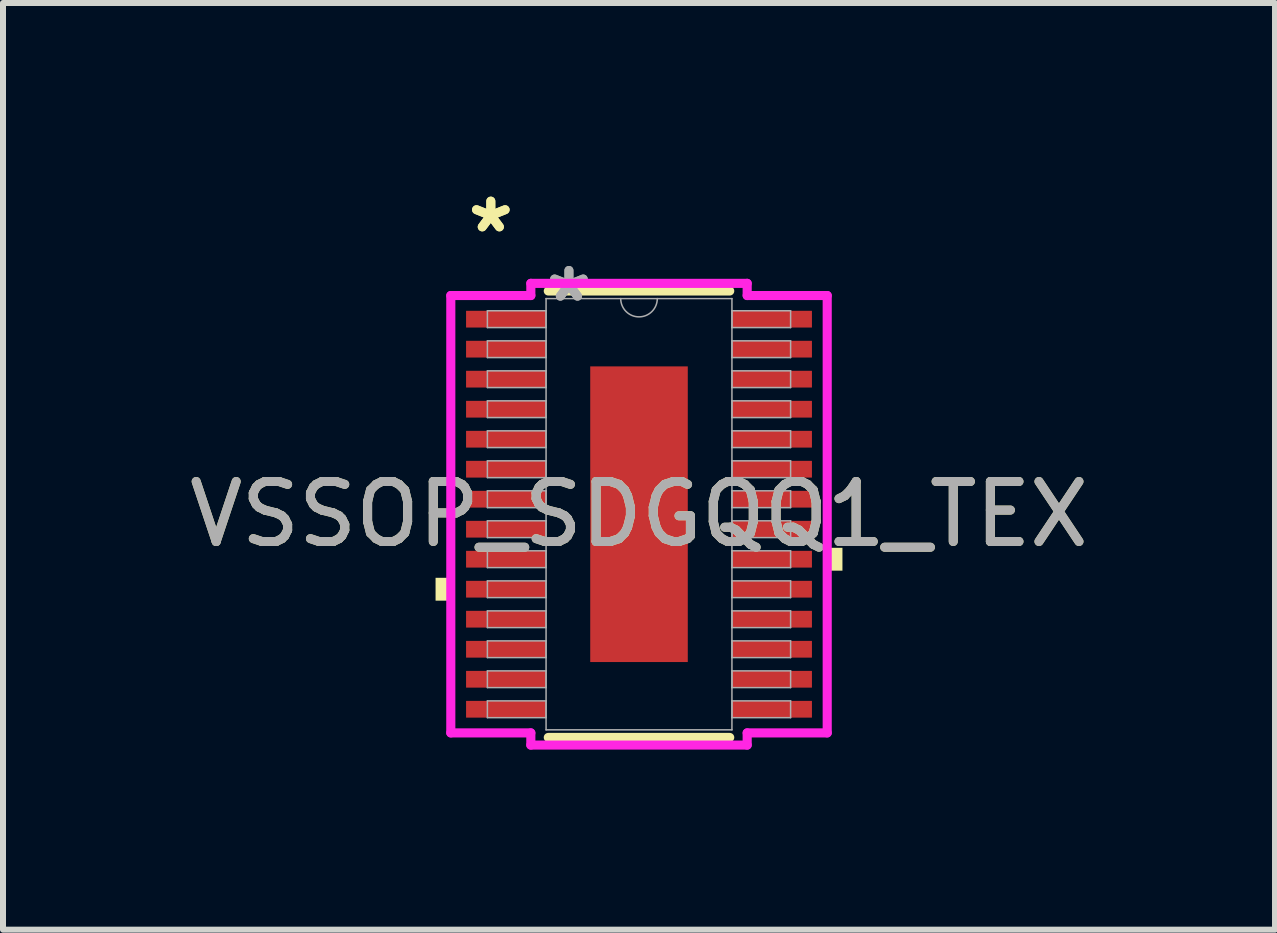
<source format=kicad_pcb>
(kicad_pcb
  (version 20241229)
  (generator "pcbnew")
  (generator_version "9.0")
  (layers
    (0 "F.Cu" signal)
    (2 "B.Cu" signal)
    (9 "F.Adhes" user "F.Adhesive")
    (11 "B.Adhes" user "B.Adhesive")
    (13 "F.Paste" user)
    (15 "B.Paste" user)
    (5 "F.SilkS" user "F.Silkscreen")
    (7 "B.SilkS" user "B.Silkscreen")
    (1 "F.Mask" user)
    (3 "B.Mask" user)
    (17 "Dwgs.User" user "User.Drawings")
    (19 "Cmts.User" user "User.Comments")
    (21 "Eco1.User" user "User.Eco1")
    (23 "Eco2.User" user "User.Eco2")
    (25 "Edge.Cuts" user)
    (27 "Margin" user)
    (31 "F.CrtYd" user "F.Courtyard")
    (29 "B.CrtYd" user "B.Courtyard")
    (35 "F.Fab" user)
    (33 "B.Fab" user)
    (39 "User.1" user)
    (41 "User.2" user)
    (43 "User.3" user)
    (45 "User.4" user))
  (footprint "VSSOP_SDGQQ1_TEX"
    (layer "F.Cu")
    (at 7.601 5.521)
    (property "Reference" "VSSOP_SDGQQ1_TEX" (at 0 0 0) (unlocked yes) (layer "F.SilkS") (effects (font (size 1 1) (thickness 0.15))))
    (attr smd)
    (fp_line (start -1.512 3.721) (end 1.512 3.721) (stroke (width 0.152) (type solid)) (layer "F.SilkS"))
    (fp_line (start 1.512 -3.721) (end -1.512 -3.721) (stroke (width 0.152) (type solid)) (layer "F.SilkS"))
    (fp_poly (pts (xy -3.391 1.06) (xy -3.391 1.441) (xy -3.137 1.441) (xy -3.137 1.06)) (stroke (width 0) (type solid)) (fill yes) (layer "F.SilkS"))
    (fp_poly (pts (xy 3.391 0.56) (xy 3.391 0.941) (xy 3.137 0.941) (xy 3.137 0.56)) (stroke (width 0) (type solid)) (fill yes) (layer "F.SilkS"))
    (fp_poly (pts (xy -0.713 -2.364) (xy -0.713 -0.921) (xy 0.713 -0.921) (xy 0.713 -2.364)) (stroke (width 0) (type solid)) (fill yes) (layer "F.Paste"))
    (fp_poly (pts (xy -0.713 -0.721) (xy -0.713 0.721) (xy 0.713 0.721) (xy 0.713 -0.721)) (stroke (width 0) (type solid)) (fill yes) (layer "F.Paste"))
    (fp_poly (pts (xy -0.713 0.921) (xy -0.713 2.364) (xy 0.713 2.364) (xy 0.713 0.921)) (stroke (width 0) (type solid)) (fill yes) (layer "F.Paste"))
    (fp_line (start -3.137 -3.645) (end -1.803 -3.645) (stroke (width 0.152) (type solid)) (layer "F.CrtYd"))
    (fp_line (start -3.137 3.645) (end -3.137 -3.645) (stroke (width 0.152) (type solid)) (layer "F.CrtYd"))
    (fp_line (start -3.137 3.645) (end -1.803 3.645) (stroke (width 0.152) (type solid)) (layer "F.CrtYd"))
    (fp_line (start -1.803 -3.848) (end 1.803 -3.848) (stroke (width 0.152) (type solid)) (layer "F.CrtYd"))
    (fp_line (start -1.803 -3.645) (end -1.803 -3.848) (stroke (width 0.152) (type solid)) (layer "F.CrtYd"))
    (fp_line (start -1.803 3.848) (end -1.803 3.645) (stroke (width 0.152) (type solid)) (layer "F.CrtYd"))
    (fp_line (start 1.803 -3.848) (end 1.803 -3.645) (stroke (width 0.152) (type solid)) (layer "F.CrtYd"))
    (fp_line (start 1.803 3.645) (end 1.803 3.848) (stroke (width 0.152) (type solid)) (layer "F.CrtYd"))
    (fp_line (start 1.803 3.848) (end -1.803 3.848) (stroke (width 0.152) (type solid)) (layer "F.CrtYd"))
    (fp_line (start 3.137 -3.645) (end 1.803 -3.645) (stroke (width 0.152) (type solid)) (layer "F.CrtYd"))
    (fp_line (start 3.137 -3.645) (end 3.137 3.645) (stroke (width 0.152) (type solid)) (layer "F.CrtYd"))
    (fp_line (start 3.137 3.645) (end 1.803 3.645) (stroke (width 0.152) (type solid)) (layer "F.CrtYd"))
    (fp_line (start -2.527 -3.391) (end -2.527 -3.111) (stroke (width 0.025) (type solid)) (layer "F.Fab"))
    (fp_line (start -2.527 -3.111) (end -1.549 -3.111) (stroke (width 0.025) (type solid)) (layer "F.Fab"))
    (fp_line (start -2.527 -2.89) (end -2.527 -2.611) (stroke (width 0.025) (type solid)) (layer "F.Fab"))
    (fp_line (start -2.527 -2.611) (end -1.549 -2.611) (stroke (width 0.025) (type solid)) (layer "F.Fab"))
    (fp_line (start -2.527 -2.39) (end -2.527 -2.111) (stroke (width 0.025) (type solid)) (layer "F.Fab"))
    (fp_line (start -2.527 -2.111) (end -1.549 -2.111) (stroke (width 0.025) (type solid)) (layer "F.Fab"))
    (fp_line (start -2.527 -1.89) (end -2.527 -1.611) (stroke (width 0.025) (type solid)) (layer "F.Fab"))
    (fp_line (start -2.527 -1.611) (end -1.549 -1.611) (stroke (width 0.025) (type solid)) (layer "F.Fab"))
    (fp_line (start -2.527 -1.39) (end -2.527 -1.111) (stroke (width 0.025) (type solid)) (layer "F.Fab"))
    (fp_line (start -2.527 -1.111) (end -1.549 -1.111) (stroke (width 0.025) (type solid)) (layer "F.Fab"))
    (fp_line (start -2.527 -0.89) (end -2.527 -0.61) (stroke (width 0.025) (type solid)) (layer "F.Fab"))
    (fp_line (start -2.527 -0.61) (end -1.549 -0.61) (stroke (width 0.025) (type solid)) (layer "F.Fab"))
    (fp_line (start -2.527 -0.39) (end -2.527 -0.11) (stroke (width 0.025) (type solid)) (layer "F.Fab"))
    (fp_line (start -2.527 -0.11) (end -1.549 -0.11) (stroke (width 0.025) (type solid)) (layer "F.Fab"))
    (fp_line (start -2.527 0.11) (end -2.527 0.39) (stroke (width 0.025) (type solid)) (layer "F.Fab"))
    (fp_line (start -2.527 0.39) (end -1.549 0.39) (stroke (width 0.025) (type solid)) (layer "F.Fab"))
    (fp_line (start -2.527 0.61) (end -2.527 0.89) (stroke (width 0.025) (type solid)) (layer "F.Fab"))
    (fp_line (start -2.527 0.89) (end -1.549 0.89) (stroke (width 0.025) (type solid)) (layer "F.Fab"))
    (fp_line (start -2.527 1.111) (end -2.527 1.39) (stroke (width 0.025) (type solid)) (layer "F.Fab"))
    (fp_line (start -2.527 1.39) (end -1.549 1.39) (stroke (width 0.025) (type solid)) (layer "F.Fab"))
    (fp_line (start -2.527 1.611) (end -2.527 1.89) (stroke (width 0.025) (type solid)) (layer "F.Fab"))
    (fp_line (start -2.527 1.89) (end -1.549 1.89) (stroke (width 0.025) (type solid)) (layer "F.Fab"))
    (fp_line (start -2.527 2.111) (end -2.527 2.39) (stroke (width 0.025) (type solid)) (layer "F.Fab"))
    (fp_line (start -2.527 2.39) (end -1.549 2.39) (stroke (width 0.025) (type solid)) (layer "F.Fab"))
    (fp_line (start -2.527 2.611) (end -2.527 2.89) (stroke (width 0.025) (type solid)) (layer "F.Fab"))
    (fp_line (start -2.527 2.89) (end -1.549 2.89) (stroke (width 0.025) (type solid)) (layer "F.Fab"))
    (fp_line (start -2.527 3.111) (end -2.527 3.391) (stroke (width 0.025) (type solid)) (layer "F.Fab"))
    (fp_line (start -2.527 3.391) (end -1.549 3.391) (stroke (width 0.025) (type solid)) (layer "F.Fab"))
    (fp_line (start -1.549 -3.594) (end -1.549 3.594) (stroke (width 0.025) (type solid)) (layer "F.Fab"))
    (fp_line (start -1.549 -3.391) (end -2.527 -3.391) (stroke (width 0.025) (type solid)) (layer "F.Fab"))
    (fp_line (start -1.549 -3.111) (end -1.549 -3.391) (stroke (width 0.025) (type solid)) (layer "F.Fab"))
    (fp_line (start -1.549 -2.89) (end -2.527 -2.89) (stroke (width 0.025) (type solid)) (layer "F.Fab"))
    (fp_line (start -1.549 -2.611) (end -1.549 -2.89) (stroke (width 0.025) (type solid)) (layer "F.Fab"))
    (fp_line (start -1.549 -2.39) (end -2.527 -2.39) (stroke (width 0.025) (type solid)) (layer "F.Fab"))
    (fp_line (start -1.549 -2.111) (end -1.549 -2.39) (stroke (width 0.025) (type solid)) (layer "F.Fab"))
    (fp_line (start -1.549 -1.89) (end -2.527 -1.89) (stroke (width 0.025) (type solid)) (layer "F.Fab"))
    (fp_line (start -1.549 -1.611) (end -1.549 -1.89) (stroke (width 0.025) (type solid)) (layer "F.Fab"))
    (fp_line (start -1.549 -1.39) (end -2.527 -1.39) (stroke (width 0.025) (type solid)) (layer "F.Fab"))
    (fp_line (start -1.549 -1.111) (end -1.549 -1.39) (stroke (width 0.025) (type solid)) (layer "F.Fab"))
    (fp_line (start -1.549 -0.89) (end -2.527 -0.89) (stroke (width 0.025) (type solid)) (layer "F.Fab"))
    (fp_line (start -1.549 -0.61) (end -1.549 -0.89) (stroke (width 0.025) (type solid)) (layer "F.Fab"))
    (fp_line (start -1.549 -0.39) (end -2.527 -0.39) (stroke (width 0.025) (type solid)) (layer "F.Fab"))
    (fp_line (start -1.549 -0.11) (end -1.549 -0.39) (stroke (width 0.025) (type solid)) (layer "F.Fab"))
    (fp_line (start -1.549 0.11) (end -2.527 0.11) (stroke (width 0.025) (type solid)) (layer "F.Fab"))
    (fp_line (start -1.549 0.39) (end -1.549 0.11) (stroke (width 0.025) (type solid)) (layer "F.Fab"))
    (fp_line (start -1.549 0.61) (end -2.527 0.61) (stroke (width 0.025) (type solid)) (layer "F.Fab"))
    (fp_line (start -1.549 0.89) (end -1.549 0.61) (stroke (width 0.025) (type solid)) (layer "F.Fab"))
    (fp_line (start -1.549 1.111) (end -2.527 1.111) (stroke (width 0.025) (type solid)) (layer "F.Fab"))
    (fp_line (start -1.549 1.39) (end -1.549 1.111) (stroke (width 0.025) (type solid)) (layer "F.Fab"))
    (fp_line (start -1.549 1.611) (end -2.527 1.611) (stroke (width 0.025) (type solid)) (layer "F.Fab"))
    (fp_line (start -1.549 1.89) (end -1.549 1.611) (stroke (width 0.025) (type solid)) (layer "F.Fab"))
    (fp_line (start -1.549 2.111) (end -2.527 2.111) (stroke (width 0.025) (type solid)) (layer "F.Fab"))
    (fp_line (start -1.549 2.39) (end -1.549 2.111) (stroke (width 0.025) (type solid)) (layer "F.Fab"))
    (fp_line (start -1.549 2.611) (end -2.527 2.611) (stroke (width 0.025) (type solid)) (layer "F.Fab"))
    (fp_line (start -1.549 2.89) (end -1.549 2.611) (stroke (width 0.025) (type solid)) (layer "F.Fab"))
    (fp_line (start -1.549 3.111) (end -2.527 3.111) (stroke (width 0.025) (type solid)) (layer "F.Fab"))
    (fp_line (start -1.549 3.391) (end -1.549 3.111) (stroke (width 0.025) (type solid)) (layer "F.Fab"))
    (fp_line (start -1.549 3.594) (end 1.549 3.594) (stroke (width 0.025) (type solid)) (layer "F.Fab"))
    (fp_line (start 1.549 -3.594) (end -1.549 -3.594) (stroke (width 0.025) (type solid)) (layer "F.Fab"))
    (fp_line (start 1.549 -3.391) (end 1.549 -3.111) (stroke (width 0.025) (type solid)) (layer "F.Fab"))
    (fp_line (start 1.549 -3.111) (end 2.527 -3.111) (stroke (width 0.025) (type solid)) (layer "F.Fab"))
    (fp_line (start 1.549 -2.89) (end 1.549 -2.611) (stroke (width 0.025) (type solid)) (layer "F.Fab"))
    (fp_line (start 1.549 -2.611) (end 2.527 -2.611) (stroke (width 0.025) (type solid)) (layer "F.Fab"))
    (fp_line (start 1.549 -2.39) (end 1.549 -2.111) (stroke (width 0.025) (type solid)) (layer "F.Fab"))
    (fp_line (start 1.549 -2.111) (end 2.527 -2.111) (stroke (width 0.025) (type solid)) (layer "F.Fab"))
    (fp_line (start 1.549 -1.89) (end 1.549 -1.611) (stroke (width 0.025) (type solid)) (layer "F.Fab"))
    (fp_line (start 1.549 -1.611) (end 2.527 -1.611) (stroke (width 0.025) (type solid)) (layer "F.Fab"))
    (fp_line (start 1.549 -1.39) (end 1.549 -1.111) (stroke (width 0.025) (type solid)) (layer "F.Fab"))
    (fp_line (start 1.549 -1.111) (end 2.527 -1.111) (stroke (width 0.025) (type solid)) (layer "F.Fab"))
    (fp_line (start 1.549 -0.89) (end 1.549 -0.61) (stroke (width 0.025) (type solid)) (layer "F.Fab"))
    (fp_line (start 1.549 -0.61) (end 2.527 -0.61) (stroke (width 0.025) (type solid)) (layer "F.Fab"))
    (fp_line (start 1.549 -0.39) (end 1.549 -0.11) (stroke (width 0.025) (type solid)) (layer "F.Fab"))
    (fp_line (start 1.549 -0.11) (end 2.527 -0.11) (stroke (width 0.025) (type solid)) (layer "F.Fab"))
    (fp_line (start 1.549 0.11) (end 1.549 0.39) (stroke (width 0.025) (type solid)) (layer "F.Fab"))
    (fp_line (start 1.549 0.39) (end 2.527 0.39) (stroke (width 0.025) (type solid)) (layer "F.Fab"))
    (fp_line (start 1.549 0.61) (end 1.549 0.89) (stroke (width 0.025) (type solid)) (layer "F.Fab"))
    (fp_line (start 1.549 0.89) (end 2.527 0.89) (stroke (width 0.025) (type solid)) (layer "F.Fab"))
    (fp_line (start 1.549 1.111) (end 1.549 1.39) (stroke (width 0.025) (type solid)) (layer "F.Fab"))
    (fp_line (start 1.549 1.39) (end 2.527 1.39) (stroke (width 0.025) (type solid)) (layer "F.Fab"))
    (fp_line (start 1.549 1.611) (end 1.549 1.89) (stroke (width 0.025) (type solid)) (layer "F.Fab"))
    (fp_line (start 1.549 1.89) (end 2.527 1.89) (stroke (width 0.025) (type solid)) (layer "F.Fab"))
    (fp_line (start 1.549 2.111) (end 1.549 2.39) (stroke (width 0.025) (type solid)) (layer "F.Fab"))
    (fp_line (start 1.549 2.39) (end 2.527 2.39) (stroke (width 0.025) (type solid)) (layer "F.Fab"))
    (fp_line (start 1.549 2.611) (end 1.549 2.89) (stroke (width 0.025) (type solid)) (layer "F.Fab"))
    (fp_line (start 1.549 2.89) (end 2.527 2.89) (stroke (width 0.025) (type solid)) (layer "F.Fab"))
    (fp_line (start 1.549 3.111) (end 1.549 3.391) (stroke (width 0.025) (type solid)) (layer "F.Fab"))
    (fp_line (start 1.549 3.391) (end 2.527 3.391) (stroke (width 0.025) (type solid)) (layer "F.Fab"))
    (fp_line (start 1.549 3.594) (end 1.549 -3.594) (stroke (width 0.025) (type solid)) (layer "F.Fab"))
    (fp_line (start 2.527 -3.391) (end 1.549 -3.391) (stroke (width 0.025) (type solid)) (layer "F.Fab"))
    (fp_line (start 2.527 -3.111) (end 2.527 -3.391) (stroke (width 0.025) (type solid)) (layer "F.Fab"))
    (fp_line (start 2.527 -2.89) (end 1.549 -2.89) (stroke (width 0.025) (type solid)) (layer "F.Fab"))
    (fp_line (start 2.527 -2.611) (end 2.527 -2.89) (stroke (width 0.025) (type solid)) (layer "F.Fab"))
    (fp_line (start 2.527 -2.39) (end 1.549 -2.39) (stroke (width 0.025) (type solid)) (layer "F.Fab"))
    (fp_line (start 2.527 -2.111) (end 2.527 -2.39) (stroke (width 0.025) (type solid)) (layer "F.Fab"))
    (fp_line (start 2.527 -1.89) (end 1.549 -1.89) (stroke (width 0.025) (type solid)) (layer "F.Fab"))
    (fp_line (start 2.527 -1.611) (end 2.527 -1.89) (stroke (width 0.025) (type solid)) (layer "F.Fab"))
    (fp_line (start 2.527 -1.39) (end 1.549 -1.39) (stroke (width 0.025) (type solid)) (layer "F.Fab"))
    (fp_line (start 2.527 -1.111) (end 2.527 -1.39) (stroke (width 0.025) (type solid)) (layer "F.Fab"))
    (fp_line (start 2.527 -0.89) (end 1.549 -0.89) (stroke (width 0.025) (type solid)) (layer "F.Fab"))
    (fp_line (start 2.527 -0.61) (end 2.527 -0.89) (stroke (width 0.025) (type solid)) (layer "F.Fab"))
    (fp_line (start 2.527 -0.39) (end 1.549 -0.39) (stroke (width 0.025) (type solid)) (layer "F.Fab"))
    (fp_line (start 2.527 -0.11) (end 2.527 -0.39) (stroke (width 0.025) (type solid)) (layer "F.Fab"))
    (fp_line (start 2.527 0.11) (end 1.549 0.11) (stroke (width 0.025) (type solid)) (layer "F.Fab"))
    (fp_line (start 2.527 0.39) (end 2.527 0.11) (stroke (width 0.025) (type solid)) (layer "F.Fab"))
    (fp_line (start 2.527 0.61) (end 1.549 0.61) (stroke (width 0.025) (type solid)) (layer "F.Fab"))
    (fp_line (start 2.527 0.89) (end 2.527 0.61) (stroke (width 0.025) (type solid)) (layer "F.Fab"))
    (fp_line (start 2.527 1.111) (end 1.549 1.111) (stroke (width 0.025) (type solid)) (layer "F.Fab"))
    (fp_line (start 2.527 1.39) (end 2.527 1.111) (stroke (width 0.025) (type solid)) (layer "F.Fab"))
    (fp_line (start 2.527 1.611) (end 1.549 1.611) (stroke (width 0.025) (type solid)) (layer "F.Fab"))
    (fp_line (start 2.527 1.89) (end 2.527 1.611) (stroke (width 0.025) (type solid)) (layer "F.Fab"))
    (fp_line (start 2.527 2.111) (end 1.549 2.111) (stroke (width 0.025) (type solid)) (layer "F.Fab"))
    (fp_line (start 2.527 2.39) (end 2.527 2.111) (stroke (width 0.025) (type solid)) (layer "F.Fab"))
    (fp_line (start 2.527 2.611) (end 1.549 2.611) (stroke (width 0.025) (type solid)) (layer "F.Fab"))
    (fp_line (start 2.527 2.89) (end 2.527 2.611) (stroke (width 0.025) (type solid)) (layer "F.Fab"))
    (fp_line (start 2.527 3.111) (end 1.549 3.111) (stroke (width 0.025) (type solid)) (layer "F.Fab"))
    (fp_line (start 2.527 3.391) (end 2.527 3.111) (stroke (width 0.025) (type solid)) (layer "F.Fab"))
    (fp_arc (start 0.3048 -3.5941) (mid 0 -3.2893) (end -0.3048 -3.5941) (stroke (width 0.0254) (type solid)) (layer "F.Fab"))
    (fp_text user "*" (at -2.47 -4.673 0) (unlocked yes) (layer "F.SilkS") (effects (font (size 1 1) (thickness 0.15))))
    (fp_text user "*" (at -2.47 -4.673 0) (layer "F.SilkS") (effects (font (size 1 1) (thickness 0.15))))
    (fp_text user "${REFERENCE}" (at 0 0 0) (unlocked yes) (layer "F.Fab") (effects (font (size 1 1) (thickness 0.15))))
    (fp_text user "*" (at -1.168 -3.518 0) (unlocked yes) (layer "F.Fab") (effects (font (size 1 1) (thickness 0.15))))
    (fp_text user "*" (at -1.168 -3.518 0) (layer "F.Fab") (effects (font (size 1 1) (thickness 0.15))))
    (pad "1" smd rect (at -2.216 -3.251) (size 1.333 0.279) (layers "F.Cu" "F.Mask" "F.Paste"))
    (pad "2" smd rect (at -2.216 -2.751) (size 1.333 0.279) (layers "F.Cu" "F.Mask" "F.Paste"))
    (pad "3" smd rect (at -2.216 -2.251) (size 1.333 0.279) (layers "F.Cu" "F.Mask" "F.Paste"))
    (pad "4" smd rect (at -2.216 -1.75) (size 1.333 0.279) (layers "F.Cu" "F.Mask" "F.Paste"))
    (pad "5" smd rect (at -2.216 -1.25) (size 1.333 0.279) (layers "F.Cu" "F.Mask" "F.Paste"))
    (pad "6" smd rect (at -2.216 -0.75) (size 1.333 0.279) (layers "F.Cu" "F.Mask" "F.Paste"))
    (pad "7" smd rect (at -2.216 -0.25) (size 1.333 0.279) (layers "F.Cu" "F.Mask" "F.Paste"))
    (pad "8" smd rect (at -2.216 0.25) (size 1.333 0.279) (layers "F.Cu" "F.Mask" "F.Paste"))
    (pad "9" smd rect (at -2.216 0.75) (size 1.333 0.279) (layers "F.Cu" "F.Mask" "F.Paste"))
    (pad "10" smd rect (at -2.216 1.25) (size 1.333 0.279) (layers "F.Cu" "F.Mask" "F.Paste"))
    (pad "11" smd rect (at -2.216 1.75) (size 1.333 0.279) (layers "F.Cu" "F.Mask" "F.Paste"))
    (pad "12" smd rect (at -2.216 2.251) (size 1.333 0.279) (layers "F.Cu" "F.Mask" "F.Paste"))
    (pad "13" smd rect (at -2.216 2.751) (size 1.333 0.279) (layers "F.Cu" "F.Mask" "F.Paste"))
    (pad "14" smd rect (at -2.216 3.251) (size 1.333 0.279) (layers "F.Cu" "F.Mask" "F.Paste"))
    (pad "15" smd rect (at 2.216 3.251) (size 1.333 0.279) (layers "F.Cu" "F.Mask" "F.Paste"))
    (pad "16" smd rect (at 2.216 2.751) (size 1.333 0.279) (layers "F.Cu" "F.Mask" "F.Paste"))
    (pad "17" smd rect (at 2.216 2.251) (size 1.333 0.279) (layers "F.Cu" "F.Mask" "F.Paste"))
    (pad "18" smd rect (at 2.216 1.75) (size 1.333 0.279) (layers "F.Cu" "F.Mask" "F.Paste"))
    (pad "19" smd rect (at 2.216 1.25) (size 1.333 0.279) (layers "F.Cu" "F.Mask" "F.Paste"))
    (pad "20" smd rect (at 2.216 0.75) (size 1.333 0.279) (layers "F.Cu" "F.Mask" "F.Paste"))
    (pad "21" smd rect (at 2.216 0.25) (size 1.333 0.279) (layers "F.Cu" "F.Mask" "F.Paste"))
    (pad "22" smd rect (at 2.216 -0.25) (size 1.333 0.279) (layers "F.Cu" "F.Mask" "F.Paste"))
    (pad "23" smd rect (at 2.216 -0.75) (size 1.333 0.279) (layers "F.Cu" "F.Mask" "F.Paste"))
    (pad "24" smd rect (at 2.216 -1.25) (size 1.333 0.279) (layers "F.Cu" "F.Mask" "F.Paste"))
    (pad "25" smd rect (at 2.216 -1.75) (size 1.333 0.279) (layers "F.Cu" "F.Mask" "F.Paste"))
    (pad "26" smd rect (at 2.216 -2.251) (size 1.333 0.279) (layers "F.Cu" "F.Mask" "F.Paste"))
    (pad "27" smd rect (at 2.216 -2.751) (size 1.333 0.279) (layers "F.Cu" "F.Mask" "F.Paste"))
    (pad "28" smd rect (at 2.216 -3.251) (size 1.333 0.279) (layers "F.Cu" "F.Mask" "F.Paste"))
    (pad "EPAD" smd rect (at 0 0) (size 1.626 4.928) (layers "F.Cu" "F.Mask")))
  (gr_rect
    (start -3 -3)
    (end 18.202 12.446)
    (stroke (width 0.1) (type default))
    (fill no)
    (layer "Edge.Cuts")))
</source>
